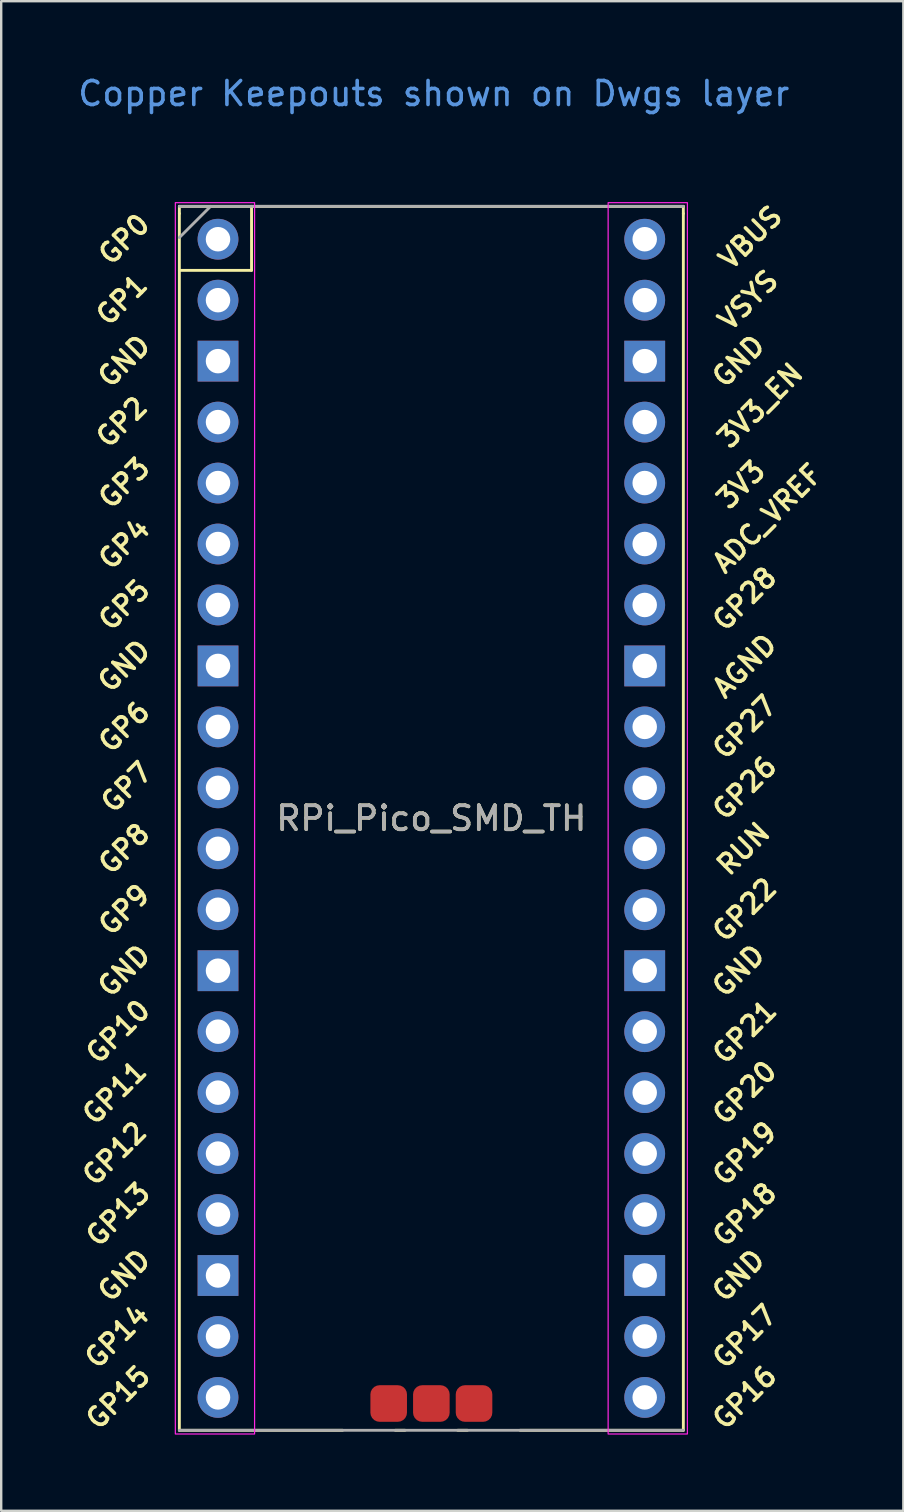
<source format=kicad_pcb>
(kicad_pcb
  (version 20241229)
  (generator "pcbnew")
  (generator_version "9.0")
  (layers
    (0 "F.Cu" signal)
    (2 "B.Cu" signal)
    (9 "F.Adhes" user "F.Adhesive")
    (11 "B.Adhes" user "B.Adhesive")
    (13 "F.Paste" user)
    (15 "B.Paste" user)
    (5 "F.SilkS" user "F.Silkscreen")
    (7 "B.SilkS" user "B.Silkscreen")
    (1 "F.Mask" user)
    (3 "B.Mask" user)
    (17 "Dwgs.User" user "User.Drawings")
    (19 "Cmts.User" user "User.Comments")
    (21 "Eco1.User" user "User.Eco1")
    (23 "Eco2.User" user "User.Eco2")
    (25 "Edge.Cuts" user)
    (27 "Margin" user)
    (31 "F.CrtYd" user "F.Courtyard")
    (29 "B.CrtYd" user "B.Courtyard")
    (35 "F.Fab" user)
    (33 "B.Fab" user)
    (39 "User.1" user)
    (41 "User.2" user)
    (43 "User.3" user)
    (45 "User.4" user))
  (footprint "RPi_Pico_SMD_TH"
    (layer "F.Cu")
    (at 14.924 31.048)
    (property "Reference" "RPi_Pico_SMD_TH" (at 0 0 0) (layer "F.SilkS") (effects (font (size 1 1) (thickness 0.15))))
    (attr through_hole)
    (fp_line (start -10.5 -25.5) (end -10.5 -25.2) (stroke (width 0.12) (type solid)) (layer "F.SilkS"))
    (fp_line (start -10.5 -25.5) (end 10.5 -25.5) (stroke (width 0.12) (type solid)) (layer "F.SilkS"))
    (fp_line (start -10.5 -25.2) (end -10.5 25.5) (stroke (width 0.12) (type solid)) (layer "F.SilkS"))
    (fp_line (start -10.5 -22.833) (end -7.493 -22.833) (stroke (width 0.12) (type solid)) (layer "F.SilkS"))
    (fp_line (start -7.493 -22.833) (end -7.493 -25.5) (stroke (width 0.12) (type solid)) (layer "F.SilkS"))
    (fp_line (start -3.7 25.5) (end -10.5 25.5) (stroke (width 0.12) (type solid)) (layer "F.SilkS"))
    (fp_line (start -1.5 25.5) (end -1.1 25.5) (stroke (width 0.12) (type solid)) (layer "F.SilkS"))
    (fp_line (start 1.1 25.5) (end 1.5 25.5) (stroke (width 0.12) (type solid)) (layer "F.SilkS"))
    (fp_line (start 10.5 -25.5) (end 10.5 -25.2) (stroke (width 0.12) (type solid)) (layer "F.SilkS"))
    (fp_line (start 10.5 25.5) (end 3.7 25.5) (stroke (width 0.12) (type solid)) (layer "F.SilkS"))
    (fp_line (start 10.5 25.5) (end 10.5 -25.2) (stroke (width 0.12) (type solid)) (layer "F.SilkS"))
    (fp_rect (start -10.668 -25.654) (end -7.366 25.654) (stroke (width 0.05) (type solid)) (fill no) (layer "F.CrtYd"))
    (fp_rect (start 10.668 -25.654) (end 7.366 25.654) (stroke (width 0.05) (type solid)) (fill no) (layer "F.CrtYd"))
    (fp_line (start -10.5 -25.5) (end 10.5 -25.5) (stroke (width 0.12) (type solid)) (layer "F.Fab"))
    (fp_line (start -10.5 -24.2) (end -9.2 -25.5) (stroke (width 0.12) (type solid)) (layer "F.Fab"))
    (fp_line (start 10.5 25.5) (end -10.5 25.5) (stroke (width 0.12) (type solid)) (layer "F.Fab"))
    (fp_text user "GP26" (at 13.054 -1.27 45) (layer "F.SilkS") (effects (font (size 0.8 0.8) (thickness 0.15))))
    (fp_text user "GP7" (at -12.7 -1.3 45) (layer "F.SilkS") (effects (font (size 0.8 0.8) (thickness 0.15))))
    (fp_text user "GP6" (at -12.8 -3.81 45) (layer "F.SilkS") (effects (font (size 0.8 0.8) (thickness 0.15))))
    (fp_text user "GND" (at 12.8 6.35 45) (layer "F.SilkS") (effects (font (size 0.8 0.8) (thickness 0.15))))
    (fp_text user "GP15" (at -13.054 24.13 45) (layer "F.SilkS") (effects (font (size 0.8 0.8) (thickness 0.15))))
    (fp_text user "GND" (at 12.8 -19.05 45) (layer "F.SilkS") (effects (font (size 0.8 0.8) (thickness 0.15))))
    (fp_text user "VSYS" (at 13.2 -21.59 45) (layer "F.SilkS") (effects (font (size 0.8 0.8) (thickness 0.15))))
    (fp_text user "GP11" (at -13.2 11.43 45) (layer "F.SilkS") (effects (font (size 0.8 0.8) (thickness 0.15))))
    (fp_text user "GP9" (at -12.8 3.81 45) (layer "F.SilkS") (effects (font (size 0.8 0.8) (thickness 0.15))))
    (fp_text user "GND" (at -12.8 19.05 45) (layer "F.SilkS") (effects (font (size 0.8 0.8) (thickness 0.15))))
    (fp_text user "3V3" (at 12.9 -13.9 45) (layer "F.SilkS") (effects (font (size 0.8 0.8) (thickness 0.15))))
    (fp_text user "GND" (at -12.8 -6.35 45) (layer "F.SilkS") (effects (font (size 0.8 0.8) (thickness 0.15))))
    (fp_text user "GP0" (at -12.8 -24.13 45) (layer "F.SilkS") (effects (font (size 0.8 0.8) (thickness 0.15))))
    (fp_text user "GP19" (at 13.054 13.97 45) (layer "F.SilkS") (effects (font (size 0.8 0.8) (thickness 0.15))))
    (fp_text user "GP13" (at -13.054 16.51 45) (layer "F.SilkS") (effects (font (size 0.8 0.8) (thickness 0.15))))
    (fp_text user "GP5" (at -12.8 -8.89 45) (layer "F.SilkS") (effects (font (size 0.8 0.8) (thickness 0.15))))
    (fp_text user "GP22" (at 13.054 3.81 45) (layer "F.SilkS") (effects (font (size 0.8 0.8) (thickness 0.15))))
    (fp_text user "VBUS" (at 13.3 -24.2 45) (layer "F.SilkS") (effects (font (size 0.8 0.8) (thickness 0.15))))
    (fp_text user "GP16" (at 13.054 24.13 45) (layer "F.SilkS") (effects (font (size 0.8 0.8) (thickness 0.15))))
    (fp_text user "GP28" (at 13.054 -9.144 45) (layer "F.SilkS") (effects (font (size 0.8 0.8) (thickness 0.15))))
    (fp_text user "GP12" (at -13.2 13.97 45) (layer "F.SilkS") (effects (font (size 0.8 0.8) (thickness 0.15))))
    (fp_text user "GP17" (at 13.054 21.59 45) (layer "F.SilkS") (effects (font (size 0.8 0.8) (thickness 0.15))))
    (fp_text user "3V3_EN" (at 13.7 -17.2 45) (layer "F.SilkS") (effects (font (size 0.8 0.8) (thickness 0.15))))
    (fp_text user "GP4" (at -12.8 -11.43 45) (layer "F.SilkS") (effects (font (size 0.8 0.8) (thickness 0.15))))
    (fp_text user "GP20" (at 13.054 11.43 45) (layer "F.SilkS") (effects (font (size 0.8 0.8) (thickness 0.15))))
    (fp_text user "GND" (at -12.8 -19.05 45) (layer "F.SilkS") (effects (font (size 0.8 0.8) (thickness 0.15))))
    (fp_text user "GND" (at -12.8 6.35 45) (layer "F.SilkS") (effects (font (size 0.8 0.8) (thickness 0.15))))
    (fp_text user "AGND" (at 13.054 -6.35 45) (layer "F.SilkS") (effects (font (size 0.8 0.8) (thickness 0.15))))
    (fp_text user "GND" (at 12.8 19.05 45) (layer "F.SilkS") (effects (font (size 0.8 0.8) (thickness 0.15))))
    (fp_text user "GP21" (at 13.054 8.9 45) (layer "F.SilkS") (effects (font (size 0.8 0.8) (thickness 0.15))))
    (fp_text user "GP10" (at -13.054 8.89 45) (layer "F.SilkS") (effects (font (size 0.8 0.8) (thickness 0.15))))
    (fp_text user "GP27" (at 13.054 -3.8 45) (layer "F.SilkS") (effects (font (size 0.8 0.8) (thickness 0.15))))
    (fp_text user "GP3" (at -12.8 -13.97 45) (layer "F.SilkS") (effects (font (size 0.8 0.8) (thickness 0.15))))
    (fp_text user "GP18" (at 13.054 16.51 45) (layer "F.SilkS") (effects (font (size 0.8 0.8) (thickness 0.15))))
    (fp_text user "RUN" (at 13 1.27 45) (layer "F.SilkS") (effects (font (size 0.8 0.8) (thickness 0.15))))
    (fp_text user "ADC_VREF" (at 14 -12.5 45) (layer "F.SilkS") (effects (font (size 0.8 0.8) (thickness 0.15))))
    (fp_text user "GP8" (at -12.8 1.27 45) (layer "F.SilkS") (effects (font (size 0.8 0.8) (thickness 0.15))))
    (fp_text user "GP2" (at -12.9 -16.51 45) (layer "F.SilkS") (effects (font (size 0.8 0.8) (thickness 0.15))))
    (fp_text user "GP14" (at -13.1 21.59 45) (layer "F.SilkS") (effects (font (size 0.8 0.8) (thickness 0.15))))
    (fp_text user "GP1" (at -12.9 -21.6 45) (layer "F.SilkS") (effects (font (size 0.8 0.8) (thickness 0.15))))
    (fp_text user "Copper Keepouts shown on Dwgs layer" (at 0.1 -30.2 0) (layer "Cmts.User") (effects (font (size 1 1) (thickness 0.15))))
    (fp_text user "${REFERENCE}" (at 0 0 180) (layer "F.Fab") (effects (font (size 1 1) (thickness 0.15))))
    (pad "1" thru_hole oval (at -8.89 -24.13) (size 1.7 1.7) (drill 1.02) (layers "*.Cu" "*.Mask"))
    (pad "2" thru_hole oval (at -8.89 -21.59) (size 1.7 1.7) (drill 1.02) (layers "*.Cu" "*.Mask"))
    (pad "3" thru_hole rect (at -8.89 -19.05) (size 1.7 1.7) (drill 1.02) (layers "*.Cu" "*.Mask"))
    (pad "4" thru_hole oval (at -8.89 -16.51) (size 1.7 1.7) (drill 1.02) (layers "*.Cu" "*.Mask"))
    (pad "5" thru_hole oval (at -8.89 -13.97) (size 1.7 1.7) (drill 1.02) (layers "*.Cu" "*.Mask"))
    (pad "6" thru_hole oval (at -8.89 -11.43) (size 1.7 1.7) (drill 1.02) (layers "*.Cu" "*.Mask"))
    (pad "7" thru_hole oval (at -8.89 -8.89) (size 1.7 1.7) (drill 1.02) (layers "*.Cu" "*.Mask"))
    (pad "8" thru_hole rect (at -8.89 -6.35) (size 1.7 1.7) (drill 1.02) (layers "*.Cu" "*.Mask"))
    (pad "9" thru_hole oval (at -8.89 -3.81) (size 1.7 1.7) (drill 1.02) (layers "*.Cu" "*.Mask"))
    (pad "10" thru_hole oval (at -8.89 -1.27) (size 1.7 1.7) (drill 1.02) (layers "*.Cu" "*.Mask"))
    (pad "11" thru_hole oval (at -8.89 1.27) (size 1.7 1.7) (drill 1.02) (layers "*.Cu" "*.Mask"))
    (pad "12" thru_hole oval (at -8.89 3.81) (size 1.7 1.7) (drill 1.02) (layers "*.Cu" "*.Mask"))
    (pad "13" thru_hole rect (at -8.89 6.35) (size 1.7 1.7) (drill 1.02) (layers "*.Cu" "*.Mask"))
    (pad "14" thru_hole oval (at -8.89 8.89) (size 1.7 1.7) (drill 1.02) (layers "*.Cu" "*.Mask"))
    (pad "15" thru_hole oval (at -8.89 11.43) (size 1.7 1.7) (drill 1.02) (layers "*.Cu" "*.Mask"))
    (pad "16" thru_hole oval (at -8.89 13.97) (size 1.7 1.7) (drill 1.02) (layers "*.Cu" "*.Mask"))
    (pad "17" thru_hole oval (at -8.89 16.51) (size 1.7 1.7) (drill 1.02) (layers "*.Cu" "*.Mask"))
    (pad "18" thru_hole rect (at -8.89 19.05) (size 1.7 1.7) (drill 1.02) (layers "*.Cu" "*.Mask"))
    (pad "19" thru_hole oval (at -8.89 21.59) (size 1.7 1.7) (drill 1.02) (layers "*.Cu" "*.Mask"))
    (pad "20" thru_hole oval (at -8.89 24.13) (size 1.7 1.7) (drill 1.02) (layers "*.Cu" "*.Mask"))
    (pad "21" thru_hole oval (at 8.89 24.13) (size 1.7 1.7) (drill 1.02) (layers "*.Cu" "*.Mask"))
    (pad "22" thru_hole oval (at 8.89 21.59) (size 1.7 1.7) (drill 1.02) (layers "*.Cu" "*.Mask"))
    (pad "23" thru_hole rect (at 8.89 19.05) (size 1.7 1.7) (drill 1.02) (layers "*.Cu" "*.Mask"))
    (pad "24" thru_hole oval (at 8.89 16.51) (size 1.7 1.7) (drill 1.02) (layers "*.Cu" "*.Mask"))
    (pad "25" thru_hole oval (at 8.89 13.97) (size 1.7 1.7) (drill 1.02) (layers "*.Cu" "*.Mask"))
    (pad "26" thru_hole oval (at 8.89 11.43) (size 1.7 1.7) (drill 1.02) (layers "*.Cu" "*.Mask"))
    (pad "27" thru_hole oval (at 8.89 8.89) (size 1.7 1.7) (drill 1.02) (layers "*.Cu" "*.Mask"))
    (pad "28" thru_hole rect (at 8.89 6.35) (size 1.7 1.7) (drill 1.02) (layers "*.Cu" "*.Mask"))
    (pad "29" thru_hole oval (at 8.89 3.81) (size 1.7 1.7) (drill 1.02) (layers "*.Cu" "*.Mask"))
    (pad "30" thru_hole oval (at 8.89 1.27) (size 1.7 1.7) (drill 1.02) (layers "*.Cu" "*.Mask"))
    (pad "31" thru_hole oval (at 8.89 -1.27) (size 1.7 1.7) (drill 1.02) (layers "*.Cu" "*.Mask"))
    (pad "32" thru_hole oval (at 8.89 -3.81) (size 1.7 1.7) (drill 1.02) (layers "*.Cu" "*.Mask"))
    (pad "33" thru_hole rect (at 8.89 -6.35) (size 1.7 1.7) (drill 1.02) (layers "*.Cu" "*.Mask"))
    (pad "34" thru_hole oval (at 8.89 -8.89) (size 1.7 1.7) (drill 1.02) (layers "*.Cu" "*.Mask"))
    (pad "35" thru_hole oval (at 8.89 -11.43) (size 1.7 1.7) (drill 1.02) (layers "*.Cu" "*.Mask"))
    (pad "36" thru_hole oval (at 8.89 -13.97) (size 1.7 1.7) (drill 1.02) (layers "*.Cu" "*.Mask"))
    (pad "37" thru_hole oval (at 8.89 -16.51) (size 1.7 1.7) (drill 1.02) (layers "*.Cu" "*.Mask"))
    (pad "38" thru_hole rect (at 8.89 -19.05) (size 1.7 1.7) (drill 1.02) (layers "*.Cu" "*.Mask"))
    (pad "39" thru_hole oval (at 8.89 -21.59) (size 1.7 1.7) (drill 1.02) (layers "*.Cu" "*.Mask"))
    (pad "40" thru_hole oval (at 8.89 -24.13) (size 1.7 1.7) (drill 1.02) (layers "*.Cu" "*.Mask"))
    (pad "41" smd roundrect (at -1.778 24.384) (size 1.524 1.524) (layers "F.Cu" "F.Mask" "F.Paste") (roundrect_rratio 0.25))
    (pad "42" smd roundrect (at 0 24.384) (size 1.524 1.524) (layers "F.Cu" "F.Mask" "F.Paste") (roundrect_rratio 0.25))
    (pad "43" smd roundrect (at 1.778 24.384) (size 1.524 1.524) (layers "F.Cu" "F.Mask" "F.Paste") (roundrect_rratio 0.25)))
  (gr_rect
    (start -3 -3)
    (end 34.591 59.902)
    (stroke (width 0.1) (type default))
    (fill no)
    (layer "Edge.Cuts")))
</source>
